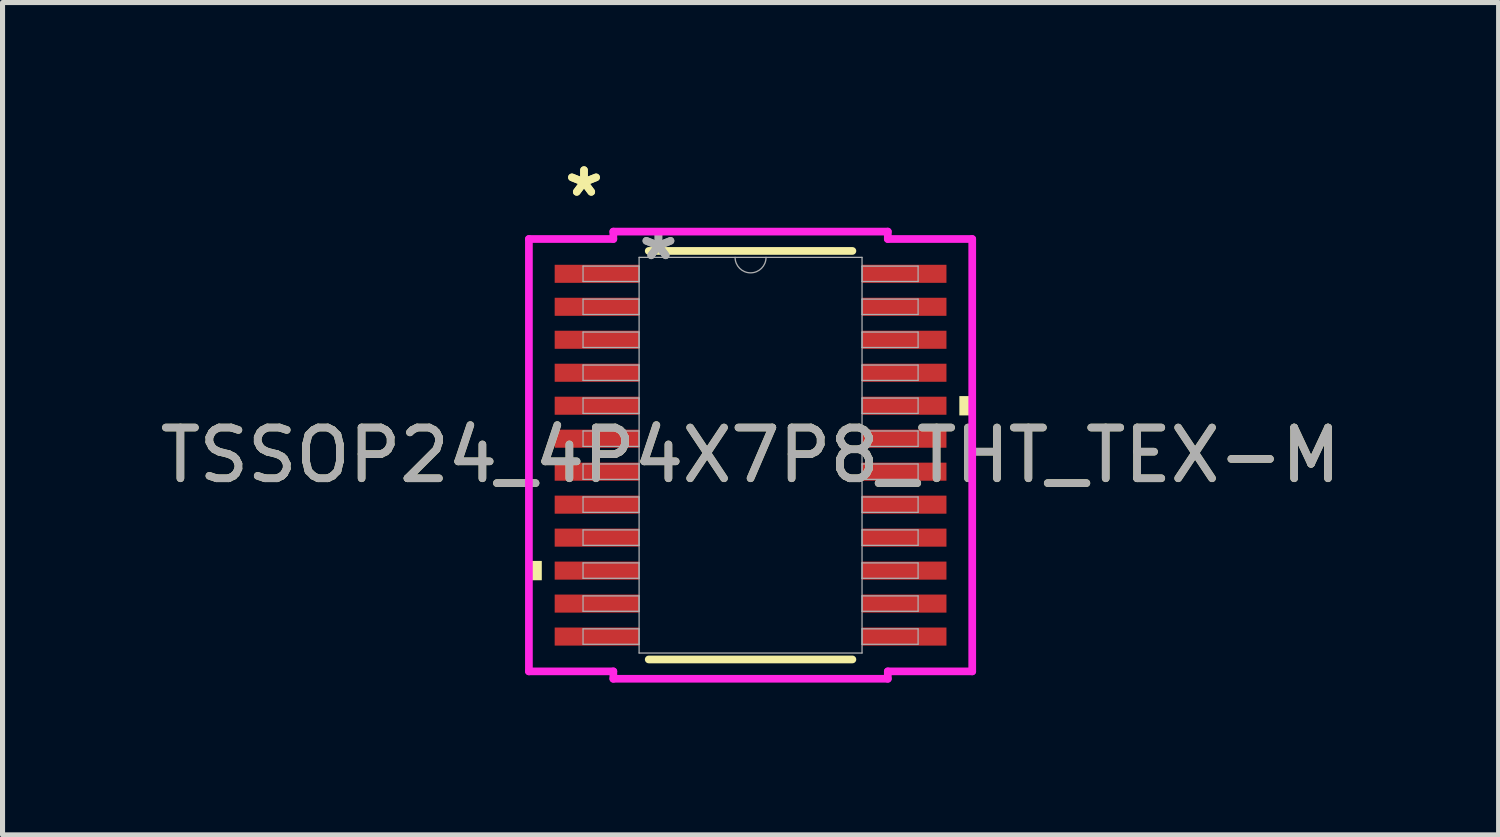
<source format=kicad_pcb>
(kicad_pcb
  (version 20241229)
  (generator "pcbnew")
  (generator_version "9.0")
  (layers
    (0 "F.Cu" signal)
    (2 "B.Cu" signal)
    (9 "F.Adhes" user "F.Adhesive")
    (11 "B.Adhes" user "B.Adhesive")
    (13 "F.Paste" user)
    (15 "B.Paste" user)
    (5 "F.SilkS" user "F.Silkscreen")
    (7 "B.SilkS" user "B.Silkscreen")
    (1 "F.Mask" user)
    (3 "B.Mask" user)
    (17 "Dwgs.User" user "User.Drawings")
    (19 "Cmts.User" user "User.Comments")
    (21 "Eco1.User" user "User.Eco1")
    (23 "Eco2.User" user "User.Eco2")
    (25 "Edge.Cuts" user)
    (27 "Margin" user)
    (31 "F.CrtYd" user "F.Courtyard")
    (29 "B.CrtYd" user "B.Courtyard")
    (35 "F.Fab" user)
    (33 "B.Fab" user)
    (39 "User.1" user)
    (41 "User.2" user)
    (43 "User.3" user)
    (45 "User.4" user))
  (footprint "TSSOP24_4P4X7P8_THT_TEX-M"
    (layer "F.Cu")
    (at 11.744 5.922)
    (property "Reference" "TSSOP24_4P4X7P8_THT_TEX-M" (at 0 0 0) (unlocked yes) (layer "F.SilkS") (effects (font (size 1 1) (thickness 0.15))))
    (attr smd)
    (fp_line (start -2.007 4.026) (end 2.007 4.026) (stroke (width 0.152) (type solid)) (layer "F.SilkS"))
    (fp_line (start 2.007 -4.026) (end -2.007 -4.026) (stroke (width 0.152) (type solid)) (layer "F.SilkS"))
    (fp_poly (pts (xy -4.369 2.084) (xy -4.369 2.465) (xy -4.115 2.465) (xy -4.115 2.084)) (stroke (width 0) (type solid)) (fill yes) (layer "F.SilkS"))
    (fp_poly (pts (xy 4.369 -1.165) (xy 4.369 -0.784) (xy 4.115 -0.784) (xy 4.115 -1.165)) (stroke (width 0) (type solid)) (fill yes) (layer "F.SilkS"))
    (fp_line (start -4.369 -4.261) (end -2.705 -4.261) (stroke (width 0.152) (type solid)) (layer "F.CrtYd"))
    (fp_line (start -4.369 4.261) (end -4.369 -4.261) (stroke (width 0.152) (type solid)) (layer "F.CrtYd"))
    (fp_line (start -4.369 4.261) (end -2.705 4.261) (stroke (width 0.152) (type solid)) (layer "F.CrtYd"))
    (fp_line (start -2.705 -4.407) (end 2.705 -4.407) (stroke (width 0.152) (type solid)) (layer "F.CrtYd"))
    (fp_line (start -2.705 -4.261) (end -2.705 -4.407) (stroke (width 0.152) (type solid)) (layer "F.CrtYd"))
    (fp_line (start -2.705 4.407) (end -2.705 4.261) (stroke (width 0.152) (type solid)) (layer "F.CrtYd"))
    (fp_line (start 2.705 -4.407) (end 2.705 -4.261) (stroke (width 0.152) (type solid)) (layer "F.CrtYd"))
    (fp_line (start 2.705 4.261) (end 2.705 4.407) (stroke (width 0.152) (type solid)) (layer "F.CrtYd"))
    (fp_line (start 2.705 4.407) (end -2.705 4.407) (stroke (width 0.152) (type solid)) (layer "F.CrtYd"))
    (fp_line (start 4.369 -4.261) (end 2.705 -4.261) (stroke (width 0.152) (type solid)) (layer "F.CrtYd"))
    (fp_line (start 4.369 -4.261) (end 4.369 4.261) (stroke (width 0.152) (type solid)) (layer "F.CrtYd"))
    (fp_line (start 4.369 4.261) (end 2.705 4.261) (stroke (width 0.152) (type solid)) (layer "F.CrtYd"))
    (fp_line (start -3.302 -3.727) (end -3.302 -3.423) (stroke (width 0.025) (type solid)) (layer "F.Fab"))
    (fp_line (start -3.302 -3.423) (end -2.197 -3.423) (stroke (width 0.025) (type solid)) (layer "F.Fab"))
    (fp_line (start -3.302 -3.077) (end -3.302 -2.773) (stroke (width 0.025) (type solid)) (layer "F.Fab"))
    (fp_line (start -3.302 -2.773) (end -2.197 -2.773) (stroke (width 0.025) (type solid)) (layer "F.Fab"))
    (fp_line (start -3.302 -2.427) (end -3.302 -2.123) (stroke (width 0.025) (type solid)) (layer "F.Fab"))
    (fp_line (start -3.302 -2.123) (end -2.197 -2.123) (stroke (width 0.025) (type solid)) (layer "F.Fab"))
    (fp_line (start -3.302 -1.777) (end -3.302 -1.473) (stroke (width 0.025) (type solid)) (layer "F.Fab"))
    (fp_line (start -3.302 -1.473) (end -2.197 -1.473) (stroke (width 0.025) (type solid)) (layer "F.Fab"))
    (fp_line (start -3.302 -1.127) (end -3.302 -0.823) (stroke (width 0.025) (type solid)) (layer "F.Fab"))
    (fp_line (start -3.302 -0.823) (end -2.197 -0.823) (stroke (width 0.025) (type solid)) (layer "F.Fab"))
    (fp_line (start -3.302 -0.477) (end -3.302 -0.173) (stroke (width 0.025) (type solid)) (layer "F.Fab"))
    (fp_line (start -3.302 -0.173) (end -2.197 -0.173) (stroke (width 0.025) (type solid)) (layer "F.Fab"))
    (fp_line (start -3.302 0.173) (end -3.302 0.477) (stroke (width 0.025) (type solid)) (layer "F.Fab"))
    (fp_line (start -3.302 0.477) (end -2.197 0.477) (stroke (width 0.025) (type solid)) (layer "F.Fab"))
    (fp_line (start -3.302 0.823) (end -3.302 1.127) (stroke (width 0.025) (type solid)) (layer "F.Fab"))
    (fp_line (start -3.302 1.127) (end -2.197 1.127) (stroke (width 0.025) (type solid)) (layer "F.Fab"))
    (fp_line (start -3.302 1.473) (end -3.302 1.777) (stroke (width 0.025) (type solid)) (layer "F.Fab"))
    (fp_line (start -3.302 1.777) (end -2.197 1.777) (stroke (width 0.025) (type solid)) (layer "F.Fab"))
    (fp_line (start -3.302 2.123) (end -3.302 2.427) (stroke (width 0.025) (type solid)) (layer "F.Fab"))
    (fp_line (start -3.302 2.427) (end -2.197 2.427) (stroke (width 0.025) (type solid)) (layer "F.Fab"))
    (fp_line (start -3.302 2.773) (end -3.302 3.077) (stroke (width 0.025) (type solid)) (layer "F.Fab"))
    (fp_line (start -3.302 3.077) (end -2.197 3.077) (stroke (width 0.025) (type solid)) (layer "F.Fab"))
    (fp_line (start -3.302 3.423) (end -3.302 3.727) (stroke (width 0.025) (type solid)) (layer "F.Fab"))
    (fp_line (start -3.302 3.727) (end -2.197 3.727) (stroke (width 0.025) (type solid)) (layer "F.Fab"))
    (fp_line (start -2.197 -3.899) (end -2.197 3.899) (stroke (width 0.025) (type solid)) (layer "F.Fab"))
    (fp_line (start -2.197 -3.727) (end -3.302 -3.727) (stroke (width 0.025) (type solid)) (layer "F.Fab"))
    (fp_line (start -2.197 -3.423) (end -2.197 -3.727) (stroke (width 0.025) (type solid)) (layer "F.Fab"))
    (fp_line (start -2.197 -3.077) (end -3.302 -3.077) (stroke (width 0.025) (type solid)) (layer "F.Fab"))
    (fp_line (start -2.197 -2.773) (end -2.197 -3.077) (stroke (width 0.025) (type solid)) (layer "F.Fab"))
    (fp_line (start -2.197 -2.427) (end -3.302 -2.427) (stroke (width 0.025) (type solid)) (layer "F.Fab"))
    (fp_line (start -2.197 -2.123) (end -2.197 -2.427) (stroke (width 0.025) (type solid)) (layer "F.Fab"))
    (fp_line (start -2.197 -1.777) (end -3.302 -1.777) (stroke (width 0.025) (type solid)) (layer "F.Fab"))
    (fp_line (start -2.197 -1.473) (end -2.197 -1.777) (stroke (width 0.025) (type solid)) (layer "F.Fab"))
    (fp_line (start -2.197 -1.127) (end -3.302 -1.127) (stroke (width 0.025) (type solid)) (layer "F.Fab"))
    (fp_line (start -2.197 -0.823) (end -2.197 -1.127) (stroke (width 0.025) (type solid)) (layer "F.Fab"))
    (fp_line (start -2.197 -0.477) (end -3.302 -0.477) (stroke (width 0.025) (type solid)) (layer "F.Fab"))
    (fp_line (start -2.197 -0.173) (end -2.197 -0.477) (stroke (width 0.025) (type solid)) (layer "F.Fab"))
    (fp_line (start -2.197 0.173) (end -3.302 0.173) (stroke (width 0.025) (type solid)) (layer "F.Fab"))
    (fp_line (start -2.197 0.477) (end -2.197 0.173) (stroke (width 0.025) (type solid)) (layer "F.Fab"))
    (fp_line (start -2.197 0.823) (end -3.302 0.823) (stroke (width 0.025) (type solid)) (layer "F.Fab"))
    (fp_line (start -2.197 1.127) (end -2.197 0.823) (stroke (width 0.025) (type solid)) (layer "F.Fab"))
    (fp_line (start -2.197 1.473) (end -3.302 1.473) (stroke (width 0.025) (type solid)) (layer "F.Fab"))
    (fp_line (start -2.197 1.777) (end -2.197 1.473) (stroke (width 0.025) (type solid)) (layer "F.Fab"))
    (fp_line (start -2.197 2.123) (end -3.302 2.123) (stroke (width 0.025) (type solid)) (layer "F.Fab"))
    (fp_line (start -2.197 2.427) (end -2.197 2.123) (stroke (width 0.025) (type solid)) (layer "F.Fab"))
    (fp_line (start -2.197 2.773) (end -3.302 2.773) (stroke (width 0.025) (type solid)) (layer "F.Fab"))
    (fp_line (start -2.197 3.077) (end -2.197 2.773) (stroke (width 0.025) (type solid)) (layer "F.Fab"))
    (fp_line (start -2.197 3.423) (end -3.302 3.423) (stroke (width 0.025) (type solid)) (layer "F.Fab"))
    (fp_line (start -2.197 3.727) (end -2.197 3.423) (stroke (width 0.025) (type solid)) (layer "F.Fab"))
    (fp_line (start -2.197 3.899) (end 2.197 3.899) (stroke (width 0.025) (type solid)) (layer "F.Fab"))
    (fp_line (start 2.197 -3.899) (end -2.197 -3.899) (stroke (width 0.025) (type solid)) (layer "F.Fab"))
    (fp_line (start 2.197 -3.727) (end 2.197 -3.423) (stroke (width 0.025) (type solid)) (layer "F.Fab"))
    (fp_line (start 2.197 -3.423) (end 3.302 -3.423) (stroke (width 0.025) (type solid)) (layer "F.Fab"))
    (fp_line (start 2.197 -3.077) (end 2.197 -2.773) (stroke (width 0.025) (type solid)) (layer "F.Fab"))
    (fp_line (start 2.197 -2.773) (end 3.302 -2.773) (stroke (width 0.025) (type solid)) (layer "F.Fab"))
    (fp_line (start 2.197 -2.427) (end 2.197 -2.123) (stroke (width 0.025) (type solid)) (layer "F.Fab"))
    (fp_line (start 2.197 -2.123) (end 3.302 -2.123) (stroke (width 0.025) (type solid)) (layer "F.Fab"))
    (fp_line (start 2.197 -1.777) (end 2.197 -1.473) (stroke (width 0.025) (type solid)) (layer "F.Fab"))
    (fp_line (start 2.197 -1.473) (end 3.302 -1.473) (stroke (width 0.025) (type solid)) (layer "F.Fab"))
    (fp_line (start 2.197 -1.127) (end 2.197 -0.823) (stroke (width 0.025) (type solid)) (layer "F.Fab"))
    (fp_line (start 2.197 -0.823) (end 3.302 -0.823) (stroke (width 0.025) (type solid)) (layer "F.Fab"))
    (fp_line (start 2.197 -0.477) (end 2.197 -0.173) (stroke (width 0.025) (type solid)) (layer "F.Fab"))
    (fp_line (start 2.197 -0.173) (end 3.302 -0.173) (stroke (width 0.025) (type solid)) (layer "F.Fab"))
    (fp_line (start 2.197 0.173) (end 2.197 0.477) (stroke (width 0.025) (type solid)) (layer "F.Fab"))
    (fp_line (start 2.197 0.477) (end 3.302 0.477) (stroke (width 0.025) (type solid)) (layer "F.Fab"))
    (fp_line (start 2.197 0.823) (end 2.197 1.127) (stroke (width 0.025) (type solid)) (layer "F.Fab"))
    (fp_line (start 2.197 1.127) (end 3.302 1.127) (stroke (width 0.025) (type solid)) (layer "F.Fab"))
    (fp_line (start 2.197 1.473) (end 2.197 1.777) (stroke (width 0.025) (type solid)) (layer "F.Fab"))
    (fp_line (start 2.197 1.777) (end 3.302 1.777) (stroke (width 0.025) (type solid)) (layer "F.Fab"))
    (fp_line (start 2.197 2.123) (end 2.197 2.427) (stroke (width 0.025) (type solid)) (layer "F.Fab"))
    (fp_line (start 2.197 2.427) (end 3.302 2.427) (stroke (width 0.025) (type solid)) (layer "F.Fab"))
    (fp_line (start 2.197 2.773) (end 2.197 3.077) (stroke (width 0.025) (type solid)) (layer "F.Fab"))
    (fp_line (start 2.197 3.077) (end 3.302 3.077) (stroke (width 0.025) (type solid)) (layer "F.Fab"))
    (fp_line (start 2.197 3.423) (end 2.197 3.727) (stroke (width 0.025) (type solid)) (layer "F.Fab"))
    (fp_line (start 2.197 3.727) (end 3.302 3.727) (stroke (width 0.025) (type solid)) (layer "F.Fab"))
    (fp_line (start 2.197 3.899) (end 2.197 -3.899) (stroke (width 0.025) (type solid)) (layer "F.Fab"))
    (fp_line (start 3.302 -3.727) (end 2.197 -3.727) (stroke (width 0.025) (type solid)) (layer "F.Fab"))
    (fp_line (start 3.302 -3.423) (end 3.302 -3.727) (stroke (width 0.025) (type solid)) (layer "F.Fab"))
    (fp_line (start 3.302 -3.077) (end 2.197 -3.077) (stroke (width 0.025) (type solid)) (layer "F.Fab"))
    (fp_line (start 3.302 -2.773) (end 3.302 -3.077) (stroke (width 0.025) (type solid)) (layer "F.Fab"))
    (fp_line (start 3.302 -2.427) (end 2.197 -2.427) (stroke (width 0.025) (type solid)) (layer "F.Fab"))
    (fp_line (start 3.302 -2.123) (end 3.302 -2.427) (stroke (width 0.025) (type solid)) (layer "F.Fab"))
    (fp_line (start 3.302 -1.777) (end 2.197 -1.777) (stroke (width 0.025) (type solid)) (layer "F.Fab"))
    (fp_line (start 3.302 -1.473) (end 3.302 -1.777) (stroke (width 0.025) (type solid)) (layer "F.Fab"))
    (fp_line (start 3.302 -1.127) (end 2.197 -1.127) (stroke (width 0.025) (type solid)) (layer "F.Fab"))
    (fp_line (start 3.302 -0.823) (end 3.302 -1.127) (stroke (width 0.025) (type solid)) (layer "F.Fab"))
    (fp_line (start 3.302 -0.477) (end 2.197 -0.477) (stroke (width 0.025) (type solid)) (layer "F.Fab"))
    (fp_line (start 3.302 -0.173) (end 3.302 -0.477) (stroke (width 0.025) (type solid)) (layer "F.Fab"))
    (fp_line (start 3.302 0.173) (end 2.197 0.173) (stroke (width 0.025) (type solid)) (layer "F.Fab"))
    (fp_line (start 3.302 0.477) (end 3.302 0.173) (stroke (width 0.025) (type solid)) (layer "F.Fab"))
    (fp_line (start 3.302 0.823) (end 2.197 0.823) (stroke (width 0.025) (type solid)) (layer "F.Fab"))
    (fp_line (start 3.302 1.127) (end 3.302 0.823) (stroke (width 0.025) (type solid)) (layer "F.Fab"))
    (fp_line (start 3.302 1.473) (end 2.197 1.473) (stroke (width 0.025) (type solid)) (layer "F.Fab"))
    (fp_line (start 3.302 1.777) (end 3.302 1.473) (stroke (width 0.025) (type solid)) (layer "F.Fab"))
    (fp_line (start 3.302 2.123) (end 2.197 2.123) (stroke (width 0.025) (type solid)) (layer "F.Fab"))
    (fp_line (start 3.302 2.427) (end 3.302 2.123) (stroke (width 0.025) (type solid)) (layer "F.Fab"))
    (fp_line (start 3.302 2.773) (end 2.197 2.773) (stroke (width 0.025) (type solid)) (layer "F.Fab"))
    (fp_line (start 3.302 3.077) (end 3.302 2.773) (stroke (width 0.025) (type solid)) (layer "F.Fab"))
    (fp_line (start 3.302 3.423) (end 2.197 3.423) (stroke (width 0.025) (type solid)) (layer "F.Fab"))
    (fp_line (start 3.302 3.727) (end 3.302 3.423) (stroke (width 0.025) (type solid)) (layer "F.Fab"))
    (fp_arc (start 0.3048 -3.8989) (mid 0 -3.5941) (end -0.3048 -3.8989) (stroke (width 0.0254) (type solid)) (layer "F.Fab"))
    (fp_text user "*" (at -3.283 -5.074 0) (unlocked yes) (layer "F.SilkS") (effects (font (size 1 1) (thickness 0.15))))
    (fp_text user "*" (at -3.283 -5.074 0) (layer "F.SilkS") (effects (font (size 1 1) (thickness 0.15))))
    (fp_text user "*" (at -1.816 -3.823 0) (unlocked yes) (layer "F.Fab") (effects (font (size 1 1) (thickness 0.15))))
    (fp_text user "*" (at -1.816 -3.823 0) (layer "F.Fab") (effects (font (size 1 1) (thickness 0.15))))
    (fp_text user "${REFERENCE}" (at 0 0 0) (unlocked yes) (layer "F.Fab") (effects (font (size 1 1) (thickness 0.15))))
    (pad "1" smd rect (at -3.029 -3.575) (size 1.664 0.356) (layers "F.Cu" "F.Mask" "F.Paste"))
    (pad "2" smd rect (at -3.029 -2.925) (size 1.664 0.356) (layers "F.Cu" "F.Mask" "F.Paste"))
    (pad "3" smd rect (at -3.029 -2.275) (size 1.664 0.356) (layers "F.Cu" "F.Mask" "F.Paste"))
    (pad "4" smd rect (at -3.029 -1.625) (size 1.664 0.356) (layers "F.Cu" "F.Mask" "F.Paste"))
    (pad "5" smd rect (at -3.029 -0.975) (size 1.664 0.356) (layers "F.Cu" "F.Mask" "F.Paste"))
    (pad "6" smd rect (at -3.029 -0.325) (size 1.664 0.356) (layers "F.Cu" "F.Mask" "F.Paste"))
    (pad "7" smd rect (at -3.029 0.325) (size 1.664 0.356) (layers "F.Cu" "F.Mask" "F.Paste"))
    (pad "8" smd rect (at -3.029 0.975) (size 1.664 0.356) (layers "F.Cu" "F.Mask" "F.Paste"))
    (pad "9" smd rect (at -3.029 1.625) (size 1.664 0.356) (layers "F.Cu" "F.Mask" "F.Paste"))
    (pad "10" smd rect (at -3.029 2.275) (size 1.664 0.356) (layers "F.Cu" "F.Mask" "F.Paste"))
    (pad "11" smd rect (at -3.029 2.925) (size 1.664 0.356) (layers "F.Cu" "F.Mask" "F.Paste"))
    (pad "12" smd rect (at -3.029 3.575) (size 1.664 0.356) (layers "F.Cu" "F.Mask" "F.Paste"))
    (pad "13" smd rect (at 3.029 3.575) (size 1.664 0.356) (layers "F.Cu" "F.Mask" "F.Paste"))
    (pad "14" smd rect (at 3.029 2.925) (size 1.664 0.356) (layers "F.Cu" "F.Mask" "F.Paste"))
    (pad "15" smd rect (at 3.029 2.275) (size 1.664 0.356) (layers "F.Cu" "F.Mask" "F.Paste"))
    (pad "16" smd rect (at 3.029 1.625) (size 1.664 0.356) (layers "F.Cu" "F.Mask" "F.Paste"))
    (pad "17" smd rect (at 3.029 0.975) (size 1.664 0.356) (layers "F.Cu" "F.Mask" "F.Paste"))
    (pad "18" smd rect (at 3.029 0.325) (size 1.664 0.356) (layers "F.Cu" "F.Mask" "F.Paste"))
    (pad "19" smd rect (at 3.029 -0.325) (size 1.664 0.356) (layers "F.Cu" "F.Mask" "F.Paste"))
    (pad "20" smd rect (at 3.029 -0.975) (size 1.664 0.356) (layers "F.Cu" "F.Mask" "F.Paste"))
    (pad "21" smd rect (at 3.029 -1.625) (size 1.664 0.356) (layers "F.Cu" "F.Mask" "F.Paste"))
    (pad "22" smd rect (at 3.029 -2.275) (size 1.664 0.356) (layers "F.Cu" "F.Mask" "F.Paste"))
    (pad "23" smd rect (at 3.029 -2.925) (size 1.664 0.356) (layers "F.Cu" "F.Mask" "F.Paste"))
    (pad "24" smd rect (at 3.029 -3.575) (size 1.664 0.356) (layers "F.Cu" "F.Mask" "F.Paste")))
  (gr_rect
    (start -3 -3)
    (end 26.488 13.405)
    (stroke (width 0.1) (type default))
    (fill no)
    (layer "Edge.Cuts")))
</source>
